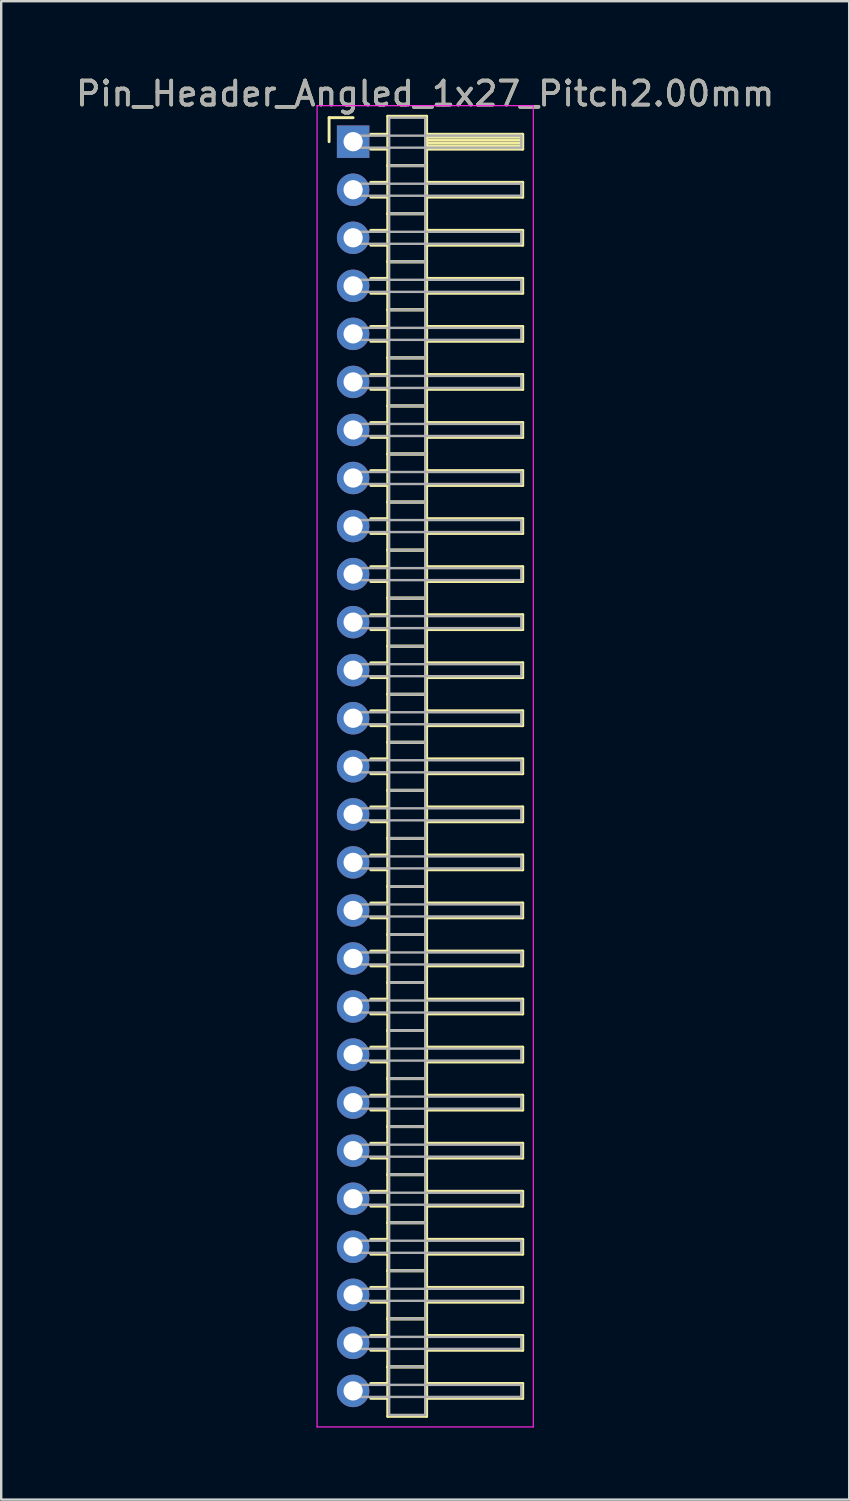
<source format=kicad_pcb>
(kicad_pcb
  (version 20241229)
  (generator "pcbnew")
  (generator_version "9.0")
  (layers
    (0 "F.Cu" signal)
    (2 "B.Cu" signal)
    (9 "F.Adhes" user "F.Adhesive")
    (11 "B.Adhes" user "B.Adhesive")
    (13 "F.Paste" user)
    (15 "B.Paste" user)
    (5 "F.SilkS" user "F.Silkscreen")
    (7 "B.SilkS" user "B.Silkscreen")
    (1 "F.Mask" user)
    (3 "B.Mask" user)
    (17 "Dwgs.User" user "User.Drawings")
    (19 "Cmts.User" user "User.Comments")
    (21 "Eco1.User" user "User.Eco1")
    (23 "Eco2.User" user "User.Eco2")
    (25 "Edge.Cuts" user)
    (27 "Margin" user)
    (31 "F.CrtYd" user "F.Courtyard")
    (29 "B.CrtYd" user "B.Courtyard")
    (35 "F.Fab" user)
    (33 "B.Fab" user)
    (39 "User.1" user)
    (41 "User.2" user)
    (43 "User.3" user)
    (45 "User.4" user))
  (footprint "Pin_Header_Angled_1x27_Pitch2.00mm"
    (layer "F.Cu")
    (at 11.649 2.848)
    (property "Reference" "Pin_Header_Angled_1x27_Pitch2.00mm" (at 3 -2 0) (layer "F.SilkS") (effects (font (size 1 1) (thickness 0.15))))
    (attr through_hole)
    (fp_line (start -1 -1) (end 0 -1) (stroke (width 0.12) (type solid)) (layer "F.SilkS"))
    (fp_line (start -1 0) (end -1 -1) (stroke (width 0.12) (type solid)) (layer "F.SilkS"))
    (fp_line (start 0.735 -0.31) (end 1.44 -0.31) (stroke (width 0.12) (type solid)) (layer "F.SilkS"))
    (fp_line (start 0.735 0.31) (end 1.44 0.31) (stroke (width 0.12) (type solid)) (layer "F.SilkS"))
    (fp_line (start 0.735 1.69) (end 1.44 1.69) (stroke (width 0.12) (type solid)) (layer "F.SilkS"))
    (fp_line (start 0.735 2.31) (end 1.44 2.31) (stroke (width 0.12) (type solid)) (layer "F.SilkS"))
    (fp_line (start 0.735 3.69) (end 1.44 3.69) (stroke (width 0.12) (type solid)) (layer "F.SilkS"))
    (fp_line (start 0.735 4.31) (end 1.44 4.31) (stroke (width 0.12) (type solid)) (layer "F.SilkS"))
    (fp_line (start 0.735 5.69) (end 1.44 5.69) (stroke (width 0.12) (type solid)) (layer "F.SilkS"))
    (fp_line (start 0.735 6.31) (end 1.44 6.31) (stroke (width 0.12) (type solid)) (layer "F.SilkS"))
    (fp_line (start 0.735 7.69) (end 1.44 7.69) (stroke (width 0.12) (type solid)) (layer "F.SilkS"))
    (fp_line (start 0.735 8.31) (end 1.44 8.31) (stroke (width 0.12) (type solid)) (layer "F.SilkS"))
    (fp_line (start 0.735 9.69) (end 1.44 9.69) (stroke (width 0.12) (type solid)) (layer "F.SilkS"))
    (fp_line (start 0.735 10.31) (end 1.44 10.31) (stroke (width 0.12) (type solid)) (layer "F.SilkS"))
    (fp_line (start 0.735 11.69) (end 1.44 11.69) (stroke (width 0.12) (type solid)) (layer "F.SilkS"))
    (fp_line (start 0.735 12.31) (end 1.44 12.31) (stroke (width 0.12) (type solid)) (layer "F.SilkS"))
    (fp_line (start 0.735 13.69) (end 1.44 13.69) (stroke (width 0.12) (type solid)) (layer "F.SilkS"))
    (fp_line (start 0.735 14.31) (end 1.44 14.31) (stroke (width 0.12) (type solid)) (layer "F.SilkS"))
    (fp_line (start 0.735 15.69) (end 1.44 15.69) (stroke (width 0.12) (type solid)) (layer "F.SilkS"))
    (fp_line (start 0.735 16.31) (end 1.44 16.31) (stroke (width 0.12) (type solid)) (layer "F.SilkS"))
    (fp_line (start 0.735 17.69) (end 1.44 17.69) (stroke (width 0.12) (type solid)) (layer "F.SilkS"))
    (fp_line (start 0.735 18.31) (end 1.44 18.31) (stroke (width 0.12) (type solid)) (layer "F.SilkS"))
    (fp_line (start 0.735 19.69) (end 1.44 19.69) (stroke (width 0.12) (type solid)) (layer "F.SilkS"))
    (fp_line (start 0.735 20.31) (end 1.44 20.31) (stroke (width 0.12) (type solid)) (layer "F.SilkS"))
    (fp_line (start 0.735 21.69) (end 1.44 21.69) (stroke (width 0.12) (type solid)) (layer "F.SilkS"))
    (fp_line (start 0.735 22.31) (end 1.44 22.31) (stroke (width 0.12) (type solid)) (layer "F.SilkS"))
    (fp_line (start 0.735 23.69) (end 1.44 23.69) (stroke (width 0.12) (type solid)) (layer "F.SilkS"))
    (fp_line (start 0.735 24.31) (end 1.44 24.31) (stroke (width 0.12) (type solid)) (layer "F.SilkS"))
    (fp_line (start 0.735 25.69) (end 1.44 25.69) (stroke (width 0.12) (type solid)) (layer "F.SilkS"))
    (fp_line (start 0.735 26.31) (end 1.44 26.31) (stroke (width 0.12) (type solid)) (layer "F.SilkS"))
    (fp_line (start 0.735 27.69) (end 1.44 27.69) (stroke (width 0.12) (type solid)) (layer "F.SilkS"))
    (fp_line (start 0.735 28.31) (end 1.44 28.31) (stroke (width 0.12) (type solid)) (layer "F.SilkS"))
    (fp_line (start 0.735 29.69) (end 1.44 29.69) (stroke (width 0.12) (type solid)) (layer "F.SilkS"))
    (fp_line (start 0.735 30.31) (end 1.44 30.31) (stroke (width 0.12) (type solid)) (layer "F.SilkS"))
    (fp_line (start 0.735 31.69) (end 1.44 31.69) (stroke (width 0.12) (type solid)) (layer "F.SilkS"))
    (fp_line (start 0.735 32.31) (end 1.44 32.31) (stroke (width 0.12) (type solid)) (layer "F.SilkS"))
    (fp_line (start 0.735 33.69) (end 1.44 33.69) (stroke (width 0.12) (type solid)) (layer "F.SilkS"))
    (fp_line (start 0.735 34.31) (end 1.44 34.31) (stroke (width 0.12) (type solid)) (layer "F.SilkS"))
    (fp_line (start 0.735 35.69) (end 1.44 35.69) (stroke (width 0.12) (type solid)) (layer "F.SilkS"))
    (fp_line (start 0.735 36.31) (end 1.44 36.31) (stroke (width 0.12) (type solid)) (layer "F.SilkS"))
    (fp_line (start 0.735 37.69) (end 1.44 37.69) (stroke (width 0.12) (type solid)) (layer "F.SilkS"))
    (fp_line (start 0.735 38.31) (end 1.44 38.31) (stroke (width 0.12) (type solid)) (layer "F.SilkS"))
    (fp_line (start 0.735 39.69) (end 1.44 39.69) (stroke (width 0.12) (type solid)) (layer "F.SilkS"))
    (fp_line (start 0.735 40.31) (end 1.44 40.31) (stroke (width 0.12) (type solid)) (layer "F.SilkS"))
    (fp_line (start 0.735 41.69) (end 1.44 41.69) (stroke (width 0.12) (type solid)) (layer "F.SilkS"))
    (fp_line (start 0.735 42.31) (end 1.44 42.31) (stroke (width 0.12) (type solid)) (layer "F.SilkS"))
    (fp_line (start 0.735 43.69) (end 1.44 43.69) (stroke (width 0.12) (type solid)) (layer "F.SilkS"))
    (fp_line (start 0.735 44.31) (end 1.44 44.31) (stroke (width 0.12) (type solid)) (layer "F.SilkS"))
    (fp_line (start 0.735 45.69) (end 1.44 45.69) (stroke (width 0.12) (type solid)) (layer "F.SilkS"))
    (fp_line (start 0.735 46.31) (end 1.44 46.31) (stroke (width 0.12) (type solid)) (layer "F.SilkS"))
    (fp_line (start 0.735 47.69) (end 1.44 47.69) (stroke (width 0.12) (type solid)) (layer "F.SilkS"))
    (fp_line (start 0.735 48.31) (end 1.44 48.31) (stroke (width 0.12) (type solid)) (layer "F.SilkS"))
    (fp_line (start 0.735 49.69) (end 1.44 49.69) (stroke (width 0.12) (type solid)) (layer "F.SilkS"))
    (fp_line (start 0.735 50.31) (end 1.44 50.31) (stroke (width 0.12) (type solid)) (layer "F.SilkS"))
    (fp_line (start 0.735 51.69) (end 1.44 51.69) (stroke (width 0.12) (type solid)) (layer "F.SilkS"))
    (fp_line (start 0.735 52.31) (end 1.44 52.31) (stroke (width 0.12) (type solid)) (layer "F.SilkS"))
    (fp_line (start 1.44 -1.06) (end 1.44 1) (stroke (width 0.12) (type solid)) (layer "F.SilkS"))
    (fp_line (start 1.44 1) (end 1.44 3) (stroke (width 0.12) (type solid)) (layer "F.SilkS"))
    (fp_line (start 1.44 1) (end 3.06 1) (stroke (width 0.12) (type solid)) (layer "F.SilkS"))
    (fp_line (start 1.44 3) (end 1.44 5) (stroke (width 0.12) (type solid)) (layer "F.SilkS"))
    (fp_line (start 1.44 3) (end 3.06 3) (stroke (width 0.12) (type solid)) (layer "F.SilkS"))
    (fp_line (start 1.44 5) (end 1.44 7) (stroke (width 0.12) (type solid)) (layer "F.SilkS"))
    (fp_line (start 1.44 5) (end 3.06 5) (stroke (width 0.12) (type solid)) (layer "F.SilkS"))
    (fp_line (start 1.44 7) (end 1.44 9) (stroke (width 0.12) (type solid)) (layer "F.SilkS"))
    (fp_line (start 1.44 7) (end 3.06 7) (stroke (width 0.12) (type solid)) (layer "F.SilkS"))
    (fp_line (start 1.44 9) (end 1.44 11) (stroke (width 0.12) (type solid)) (layer "F.SilkS"))
    (fp_line (start 1.44 9) (end 3.06 9) (stroke (width 0.12) (type solid)) (layer "F.SilkS"))
    (fp_line (start 1.44 11) (end 1.44 13) (stroke (width 0.12) (type solid)) (layer "F.SilkS"))
    (fp_line (start 1.44 11) (end 3.06 11) (stroke (width 0.12) (type solid)) (layer "F.SilkS"))
    (fp_line (start 1.44 13) (end 1.44 15) (stroke (width 0.12) (type solid)) (layer "F.SilkS"))
    (fp_line (start 1.44 13) (end 3.06 13) (stroke (width 0.12) (type solid)) (layer "F.SilkS"))
    (fp_line (start 1.44 15) (end 1.44 17) (stroke (width 0.12) (type solid)) (layer "F.SilkS"))
    (fp_line (start 1.44 15) (end 3.06 15) (stroke (width 0.12) (type solid)) (layer "F.SilkS"))
    (fp_line (start 1.44 17) (end 1.44 19) (stroke (width 0.12) (type solid)) (layer "F.SilkS"))
    (fp_line (start 1.44 17) (end 3.06 17) (stroke (width 0.12) (type solid)) (layer "F.SilkS"))
    (fp_line (start 1.44 19) (end 1.44 21) (stroke (width 0.12) (type solid)) (layer "F.SilkS"))
    (fp_line (start 1.44 19) (end 3.06 19) (stroke (width 0.12) (type solid)) (layer "F.SilkS"))
    (fp_line (start 1.44 21) (end 1.44 23) (stroke (width 0.12) (type solid)) (layer "F.SilkS"))
    (fp_line (start 1.44 21) (end 3.06 21) (stroke (width 0.12) (type solid)) (layer "F.SilkS"))
    (fp_line (start 1.44 23) (end 1.44 25) (stroke (width 0.12) (type solid)) (layer "F.SilkS"))
    (fp_line (start 1.44 23) (end 3.06 23) (stroke (width 0.12) (type solid)) (layer "F.SilkS"))
    (fp_line (start 1.44 25) (end 1.44 27) (stroke (width 0.12) (type solid)) (layer "F.SilkS"))
    (fp_line (start 1.44 25) (end 3.06 25) (stroke (width 0.12) (type solid)) (layer "F.SilkS"))
    (fp_line (start 1.44 27) (end 1.44 29) (stroke (width 0.12) (type solid)) (layer "F.SilkS"))
    (fp_line (start 1.44 27) (end 3.06 27) (stroke (width 0.12) (type solid)) (layer "F.SilkS"))
    (fp_line (start 1.44 29) (end 1.44 31) (stroke (width 0.12) (type solid)) (layer "F.SilkS"))
    (fp_line (start 1.44 29) (end 3.06 29) (stroke (width 0.12) (type solid)) (layer "F.SilkS"))
    (fp_line (start 1.44 31) (end 1.44 33) (stroke (width 0.12) (type solid)) (layer "F.SilkS"))
    (fp_line (start 1.44 31) (end 3.06 31) (stroke (width 0.12) (type solid)) (layer "F.SilkS"))
    (fp_line (start 1.44 33) (end 1.44 35) (stroke (width 0.12) (type solid)) (layer "F.SilkS"))
    (fp_line (start 1.44 33) (end 3.06 33) (stroke (width 0.12) (type solid)) (layer "F.SilkS"))
    (fp_line (start 1.44 35) (end 1.44 37) (stroke (width 0.12) (type solid)) (layer "F.SilkS"))
    (fp_line (start 1.44 35) (end 3.06 35) (stroke (width 0.12) (type solid)) (layer "F.SilkS"))
    (fp_line (start 1.44 37) (end 1.44 39) (stroke (width 0.12) (type solid)) (layer "F.SilkS"))
    (fp_line (start 1.44 37) (end 3.06 37) (stroke (width 0.12) (type solid)) (layer "F.SilkS"))
    (fp_line (start 1.44 39) (end 1.44 41) (stroke (width 0.12) (type solid)) (layer "F.SilkS"))
    (fp_line (start 1.44 39) (end 3.06 39) (stroke (width 0.12) (type solid)) (layer "F.SilkS"))
    (fp_line (start 1.44 41) (end 1.44 43) (stroke (width 0.12) (type solid)) (layer "F.SilkS"))
    (fp_line (start 1.44 41) (end 3.06 41) (stroke (width 0.12) (type solid)) (layer "F.SilkS"))
    (fp_line (start 1.44 43) (end 1.44 45) (stroke (width 0.12) (type solid)) (layer "F.SilkS"))
    (fp_line (start 1.44 43) (end 3.06 43) (stroke (width 0.12) (type solid)) (layer "F.SilkS"))
    (fp_line (start 1.44 45) (end 1.44 47) (stroke (width 0.12) (type solid)) (layer "F.SilkS"))
    (fp_line (start 1.44 45) (end 3.06 45) (stroke (width 0.12) (type solid)) (layer "F.SilkS"))
    (fp_line (start 1.44 47) (end 1.44 49) (stroke (width 0.12) (type solid)) (layer "F.SilkS"))
    (fp_line (start 1.44 47) (end 3.06 47) (stroke (width 0.12) (type solid)) (layer "F.SilkS"))
    (fp_line (start 1.44 49) (end 1.44 51) (stroke (width 0.12) (type solid)) (layer "F.SilkS"))
    (fp_line (start 1.44 49) (end 3.06 49) (stroke (width 0.12) (type solid)) (layer "F.SilkS"))
    (fp_line (start 1.44 51) (end 1.44 53.06) (stroke (width 0.12) (type solid)) (layer "F.SilkS"))
    (fp_line (start 1.44 51) (end 3.06 51) (stroke (width 0.12) (type solid)) (layer "F.SilkS"))
    (fp_line (start 1.44 53.06) (end 3.06 53.06) (stroke (width 0.12) (type solid)) (layer "F.SilkS"))
    (fp_line (start 3.06 -1.06) (end 1.44 -1.06) (stroke (width 0.12) (type solid)) (layer "F.SilkS"))
    (fp_line (start 3.06 -0.31) (end 3.06 0.31) (stroke (width 0.12) (type solid)) (layer "F.SilkS"))
    (fp_line (start 3.06 -0.19) (end 7.06 -0.19) (stroke (width 0.12) (type solid)) (layer "F.SilkS"))
    (fp_line (start 3.06 -0.07) (end 7.06 -0.07) (stroke (width 0.12) (type solid)) (layer "F.SilkS"))
    (fp_line (start 3.06 0.05) (end 7.06 0.05) (stroke (width 0.12) (type solid)) (layer "F.SilkS"))
    (fp_line (start 3.06 0.17) (end 7.06 0.17) (stroke (width 0.12) (type solid)) (layer "F.SilkS"))
    (fp_line (start 3.06 0.29) (end 7.06 0.29) (stroke (width 0.12) (type solid)) (layer "F.SilkS"))
    (fp_line (start 3.06 0.31) (end 7.06 0.31) (stroke (width 0.12) (type solid)) (layer "F.SilkS"))
    (fp_line (start 3.06 1) (end 1.44 1) (stroke (width 0.12) (type solid)) (layer "F.SilkS"))
    (fp_line (start 3.06 1) (end 3.06 -1.06) (stroke (width 0.12) (type solid)) (layer "F.SilkS"))
    (fp_line (start 3.06 1.69) (end 3.06 2.31) (stroke (width 0.12) (type solid)) (layer "F.SilkS"))
    (fp_line (start 3.06 2.31) (end 7.06 2.31) (stroke (width 0.12) (type solid)) (layer "F.SilkS"))
    (fp_line (start 3.06 3) (end 1.44 3) (stroke (width 0.12) (type solid)) (layer "F.SilkS"))
    (fp_line (start 3.06 3) (end 3.06 1) (stroke (width 0.12) (type solid)) (layer "F.SilkS"))
    (fp_line (start 3.06 3.69) (end 3.06 4.31) (stroke (width 0.12) (type solid)) (layer "F.SilkS"))
    (fp_line (start 3.06 4.31) (end 7.06 4.31) (stroke (width 0.12) (type solid)) (layer "F.SilkS"))
    (fp_line (start 3.06 5) (end 1.44 5) (stroke (width 0.12) (type solid)) (layer "F.SilkS"))
    (fp_line (start 3.06 5) (end 3.06 3) (stroke (width 0.12) (type solid)) (layer "F.SilkS"))
    (fp_line (start 3.06 5.69) (end 3.06 6.31) (stroke (width 0.12) (type solid)) (layer "F.SilkS"))
    (fp_line (start 3.06 6.31) (end 7.06 6.31) (stroke (width 0.12) (type solid)) (layer "F.SilkS"))
    (fp_line (start 3.06 7) (end 1.44 7) (stroke (width 0.12) (type solid)) (layer "F.SilkS"))
    (fp_line (start 3.06 7) (end 3.06 5) (stroke (width 0.12) (type solid)) (layer "F.SilkS"))
    (fp_line (start 3.06 7.69) (end 3.06 8.31) (stroke (width 0.12) (type solid)) (layer "F.SilkS"))
    (fp_line (start 3.06 8.31) (end 7.06 8.31) (stroke (width 0.12) (type solid)) (layer "F.SilkS"))
    (fp_line (start 3.06 9) (end 1.44 9) (stroke (width 0.12) (type solid)) (layer "F.SilkS"))
    (fp_line (start 3.06 9) (end 3.06 7) (stroke (width 0.12) (type solid)) (layer "F.SilkS"))
    (fp_line (start 3.06 9.69) (end 3.06 10.31) (stroke (width 0.12) (type solid)) (layer "F.SilkS"))
    (fp_line (start 3.06 10.31) (end 7.06 10.31) (stroke (width 0.12) (type solid)) (layer "F.SilkS"))
    (fp_line (start 3.06 11) (end 1.44 11) (stroke (width 0.12) (type solid)) (layer "F.SilkS"))
    (fp_line (start 3.06 11) (end 3.06 9) (stroke (width 0.12) (type solid)) (layer "F.SilkS"))
    (fp_line (start 3.06 11.69) (end 3.06 12.31) (stroke (width 0.12) (type solid)) (layer "F.SilkS"))
    (fp_line (start 3.06 12.31) (end 7.06 12.31) (stroke (width 0.12) (type solid)) (layer "F.SilkS"))
    (fp_line (start 3.06 13) (end 1.44 13) (stroke (width 0.12) (type solid)) (layer "F.SilkS"))
    (fp_line (start 3.06 13) (end 3.06 11) (stroke (width 0.12) (type solid)) (layer "F.SilkS"))
    (fp_line (start 3.06 13.69) (end 3.06 14.31) (stroke (width 0.12) (type solid)) (layer "F.SilkS"))
    (fp_line (start 3.06 14.31) (end 7.06 14.31) (stroke (width 0.12) (type solid)) (layer "F.SilkS"))
    (fp_line (start 3.06 15) (end 1.44 15) (stroke (width 0.12) (type solid)) (layer "F.SilkS"))
    (fp_line (start 3.06 15) (end 3.06 13) (stroke (width 0.12) (type solid)) (layer "F.SilkS"))
    (fp_line (start 3.06 15.69) (end 3.06 16.31) (stroke (width 0.12) (type solid)) (layer "F.SilkS"))
    (fp_line (start 3.06 16.31) (end 7.06 16.31) (stroke (width 0.12) (type solid)) (layer "F.SilkS"))
    (fp_line (start 3.06 17) (end 1.44 17) (stroke (width 0.12) (type solid)) (layer "F.SilkS"))
    (fp_line (start 3.06 17) (end 3.06 15) (stroke (width 0.12) (type solid)) (layer "F.SilkS"))
    (fp_line (start 3.06 17.69) (end 3.06 18.31) (stroke (width 0.12) (type solid)) (layer "F.SilkS"))
    (fp_line (start 3.06 18.31) (end 7.06 18.31) (stroke (width 0.12) (type solid)) (layer "F.SilkS"))
    (fp_line (start 3.06 19) (end 1.44 19) (stroke (width 0.12) (type solid)) (layer "F.SilkS"))
    (fp_line (start 3.06 19) (end 3.06 17) (stroke (width 0.12) (type solid)) (layer "F.SilkS"))
    (fp_line (start 3.06 19.69) (end 3.06 20.31) (stroke (width 0.12) (type solid)) (layer "F.SilkS"))
    (fp_line (start 3.06 20.31) (end 7.06 20.31) (stroke (width 0.12) (type solid)) (layer "F.SilkS"))
    (fp_line (start 3.06 21) (end 1.44 21) (stroke (width 0.12) (type solid)) (layer "F.SilkS"))
    (fp_line (start 3.06 21) (end 3.06 19) (stroke (width 0.12) (type solid)) (layer "F.SilkS"))
    (fp_line (start 3.06 21.69) (end 3.06 22.31) (stroke (width 0.12) (type solid)) (layer "F.SilkS"))
    (fp_line (start 3.06 22.31) (end 7.06 22.31) (stroke (width 0.12) (type solid)) (layer "F.SilkS"))
    (fp_line (start 3.06 23) (end 1.44 23) (stroke (width 0.12) (type solid)) (layer "F.SilkS"))
    (fp_line (start 3.06 23) (end 3.06 21) (stroke (width 0.12) (type solid)) (layer "F.SilkS"))
    (fp_line (start 3.06 23.69) (end 3.06 24.31) (stroke (width 0.12) (type solid)) (layer "F.SilkS"))
    (fp_line (start 3.06 24.31) (end 7.06 24.31) (stroke (width 0.12) (type solid)) (layer "F.SilkS"))
    (fp_line (start 3.06 25) (end 1.44 25) (stroke (width 0.12) (type solid)) (layer "F.SilkS"))
    (fp_line (start 3.06 25) (end 3.06 23) (stroke (width 0.12) (type solid)) (layer "F.SilkS"))
    (fp_line (start 3.06 25.69) (end 3.06 26.31) (stroke (width 0.12) (type solid)) (layer "F.SilkS"))
    (fp_line (start 3.06 26.31) (end 7.06 26.31) (stroke (width 0.12) (type solid)) (layer "F.SilkS"))
    (fp_line (start 3.06 27) (end 1.44 27) (stroke (width 0.12) (type solid)) (layer "F.SilkS"))
    (fp_line (start 3.06 27) (end 3.06 25) (stroke (width 0.12) (type solid)) (layer "F.SilkS"))
    (fp_line (start 3.06 27.69) (end 3.06 28.31) (stroke (width 0.12) (type solid)) (layer "F.SilkS"))
    (fp_line (start 3.06 28.31) (end 7.06 28.31) (stroke (width 0.12) (type solid)) (layer "F.SilkS"))
    (fp_line (start 3.06 29) (end 1.44 29) (stroke (width 0.12) (type solid)) (layer "F.SilkS"))
    (fp_line (start 3.06 29) (end 3.06 27) (stroke (width 0.12) (type solid)) (layer "F.SilkS"))
    (fp_line (start 3.06 29.69) (end 3.06 30.31) (stroke (width 0.12) (type solid)) (layer "F.SilkS"))
    (fp_line (start 3.06 30.31) (end 7.06 30.31) (stroke (width 0.12) (type solid)) (layer "F.SilkS"))
    (fp_line (start 3.06 31) (end 1.44 31) (stroke (width 0.12) (type solid)) (layer "F.SilkS"))
    (fp_line (start 3.06 31) (end 3.06 29) (stroke (width 0.12) (type solid)) (layer "F.SilkS"))
    (fp_line (start 3.06 31.69) (end 3.06 32.31) (stroke (width 0.12) (type solid)) (layer "F.SilkS"))
    (fp_line (start 3.06 32.31) (end 7.06 32.31) (stroke (width 0.12) (type solid)) (layer "F.SilkS"))
    (fp_line (start 3.06 33) (end 1.44 33) (stroke (width 0.12) (type solid)) (layer "F.SilkS"))
    (fp_line (start 3.06 33) (end 3.06 31) (stroke (width 0.12) (type solid)) (layer "F.SilkS"))
    (fp_line (start 3.06 33.69) (end 3.06 34.31) (stroke (width 0.12) (type solid)) (layer "F.SilkS"))
    (fp_line (start 3.06 34.31) (end 7.06 34.31) (stroke (width 0.12) (type solid)) (layer "F.SilkS"))
    (fp_line (start 3.06 35) (end 1.44 35) (stroke (width 0.12) (type solid)) (layer "F.SilkS"))
    (fp_line (start 3.06 35) (end 3.06 33) (stroke (width 0.12) (type solid)) (layer "F.SilkS"))
    (fp_line (start 3.06 35.69) (end 3.06 36.31) (stroke (width 0.12) (type solid)) (layer "F.SilkS"))
    (fp_line (start 3.06 36.31) (end 7.06 36.31) (stroke (width 0.12) (type solid)) (layer "F.SilkS"))
    (fp_line (start 3.06 37) (end 1.44 37) (stroke (width 0.12) (type solid)) (layer "F.SilkS"))
    (fp_line (start 3.06 37) (end 3.06 35) (stroke (width 0.12) (type solid)) (layer "F.SilkS"))
    (fp_line (start 3.06 37.69) (end 3.06 38.31) (stroke (width 0.12) (type solid)) (layer "F.SilkS"))
    (fp_line (start 3.06 38.31) (end 7.06 38.31) (stroke (width 0.12) (type solid)) (layer "F.SilkS"))
    (fp_line (start 3.06 39) (end 1.44 39) (stroke (width 0.12) (type solid)) (layer "F.SilkS"))
    (fp_line (start 3.06 39) (end 3.06 37) (stroke (width 0.12) (type solid)) (layer "F.SilkS"))
    (fp_line (start 3.06 39.69) (end 3.06 40.31) (stroke (width 0.12) (type solid)) (layer "F.SilkS"))
    (fp_line (start 3.06 40.31) (end 7.06 40.31) (stroke (width 0.12) (type solid)) (layer "F.SilkS"))
    (fp_line (start 3.06 41) (end 1.44 41) (stroke (width 0.12) (type solid)) (layer "F.SilkS"))
    (fp_line (start 3.06 41) (end 3.06 39) (stroke (width 0.12) (type solid)) (layer "F.SilkS"))
    (fp_line (start 3.06 41.69) (end 3.06 42.31) (stroke (width 0.12) (type solid)) (layer "F.SilkS"))
    (fp_line (start 3.06 42.31) (end 7.06 42.31) (stroke (width 0.12) (type solid)) (layer "F.SilkS"))
    (fp_line (start 3.06 43) (end 1.44 43) (stroke (width 0.12) (type solid)) (layer "F.SilkS"))
    (fp_line (start 3.06 43) (end 3.06 41) (stroke (width 0.12) (type solid)) (layer "F.SilkS"))
    (fp_line (start 3.06 43.69) (end 3.06 44.31) (stroke (width 0.12) (type solid)) (layer "F.SilkS"))
    (fp_line (start 3.06 44.31) (end 7.06 44.31) (stroke (width 0.12) (type solid)) (layer "F.SilkS"))
    (fp_line (start 3.06 45) (end 1.44 45) (stroke (width 0.12) (type solid)) (layer "F.SilkS"))
    (fp_line (start 3.06 45) (end 3.06 43) (stroke (width 0.12) (type solid)) (layer "F.SilkS"))
    (fp_line (start 3.06 45.69) (end 3.06 46.31) (stroke (width 0.12) (type solid)) (layer "F.SilkS"))
    (fp_line (start 3.06 46.31) (end 7.06 46.31) (stroke (width 0.12) (type solid)) (layer "F.SilkS"))
    (fp_line (start 3.06 47) (end 1.44 47) (stroke (width 0.12) (type solid)) (layer "F.SilkS"))
    (fp_line (start 3.06 47) (end 3.06 45) (stroke (width 0.12) (type solid)) (layer "F.SilkS"))
    (fp_line (start 3.06 47.69) (end 3.06 48.31) (stroke (width 0.12) (type solid)) (layer "F.SilkS"))
    (fp_line (start 3.06 48.31) (end 7.06 48.31) (stroke (width 0.12) (type solid)) (layer "F.SilkS"))
    (fp_line (start 3.06 49) (end 1.44 49) (stroke (width 0.12) (type solid)) (layer "F.SilkS"))
    (fp_line (start 3.06 49) (end 3.06 47) (stroke (width 0.12) (type solid)) (layer "F.SilkS"))
    (fp_line (start 3.06 49.69) (end 3.06 50.31) (stroke (width 0.12) (type solid)) (layer "F.SilkS"))
    (fp_line (start 3.06 50.31) (end 7.06 50.31) (stroke (width 0.12) (type solid)) (layer "F.SilkS"))
    (fp_line (start 3.06 51) (end 1.44 51) (stroke (width 0.12) (type solid)) (layer "F.SilkS"))
    (fp_line (start 3.06 51) (end 3.06 49) (stroke (width 0.12) (type solid)) (layer "F.SilkS"))
    (fp_line (start 3.06 51.69) (end 3.06 52.31) (stroke (width 0.12) (type solid)) (layer "F.SilkS"))
    (fp_line (start 3.06 52.31) (end 7.06 52.31) (stroke (width 0.12) (type solid)) (layer "F.SilkS"))
    (fp_line (start 3.06 53.06) (end 3.06 51) (stroke (width 0.12) (type solid)) (layer "F.SilkS"))
    (fp_line (start 7.06 -0.31) (end 3.06 -0.31) (stroke (width 0.12) (type solid)) (layer "F.SilkS"))
    (fp_line (start 7.06 0.31) (end 7.06 -0.31) (stroke (width 0.12) (type solid)) (layer "F.SilkS"))
    (fp_line (start 7.06 1.69) (end 3.06 1.69) (stroke (width 0.12) (type solid)) (layer "F.SilkS"))
    (fp_line (start 7.06 2.31) (end 7.06 1.69) (stroke (width 0.12) (type solid)) (layer "F.SilkS"))
    (fp_line (start 7.06 3.69) (end 3.06 3.69) (stroke (width 0.12) (type solid)) (layer "F.SilkS"))
    (fp_line (start 7.06 4.31) (end 7.06 3.69) (stroke (width 0.12) (type solid)) (layer "F.SilkS"))
    (fp_line (start 7.06 5.69) (end 3.06 5.69) (stroke (width 0.12) (type solid)) (layer "F.SilkS"))
    (fp_line (start 7.06 6.31) (end 7.06 5.69) (stroke (width 0.12) (type solid)) (layer "F.SilkS"))
    (fp_line (start 7.06 7.69) (end 3.06 7.69) (stroke (width 0.12) (type solid)) (layer "F.SilkS"))
    (fp_line (start 7.06 8.31) (end 7.06 7.69) (stroke (width 0.12) (type solid)) (layer "F.SilkS"))
    (fp_line (start 7.06 9.69) (end 3.06 9.69) (stroke (width 0.12) (type solid)) (layer "F.SilkS"))
    (fp_line (start 7.06 10.31) (end 7.06 9.69) (stroke (width 0.12) (type solid)) (layer "F.SilkS"))
    (fp_line (start 7.06 11.69) (end 3.06 11.69) (stroke (width 0.12) (type solid)) (layer "F.SilkS"))
    (fp_line (start 7.06 12.31) (end 7.06 11.69) (stroke (width 0.12) (type solid)) (layer "F.SilkS"))
    (fp_line (start 7.06 13.69) (end 3.06 13.69) (stroke (width 0.12) (type solid)) (layer "F.SilkS"))
    (fp_line (start 7.06 14.31) (end 7.06 13.69) (stroke (width 0.12) (type solid)) (layer "F.SilkS"))
    (fp_line (start 7.06 15.69) (end 3.06 15.69) (stroke (width 0.12) (type solid)) (layer "F.SilkS"))
    (fp_line (start 7.06 16.31) (end 7.06 15.69) (stroke (width 0.12) (type solid)) (layer "F.SilkS"))
    (fp_line (start 7.06 17.69) (end 3.06 17.69) (stroke (width 0.12) (type solid)) (layer "F.SilkS"))
    (fp_line (start 7.06 18.31) (end 7.06 17.69) (stroke (width 0.12) (type solid)) (layer "F.SilkS"))
    (fp_line (start 7.06 19.69) (end 3.06 19.69) (stroke (width 0.12) (type solid)) (layer "F.SilkS"))
    (fp_line (start 7.06 20.31) (end 7.06 19.69) (stroke (width 0.12) (type solid)) (layer "F.SilkS"))
    (fp_line (start 7.06 21.69) (end 3.06 21.69) (stroke (width 0.12) (type solid)) (layer "F.SilkS"))
    (fp_line (start 7.06 22.31) (end 7.06 21.69) (stroke (width 0.12) (type solid)) (layer "F.SilkS"))
    (fp_line (start 7.06 23.69) (end 3.06 23.69) (stroke (width 0.12) (type solid)) (layer "F.SilkS"))
    (fp_line (start 7.06 24.31) (end 7.06 23.69) (stroke (width 0.12) (type solid)) (layer "F.SilkS"))
    (fp_line (start 7.06 25.69) (end 3.06 25.69) (stroke (width 0.12) (type solid)) (layer "F.SilkS"))
    (fp_line (start 7.06 26.31) (end 7.06 25.69) (stroke (width 0.12) (type solid)) (layer "F.SilkS"))
    (fp_line (start 7.06 27.69) (end 3.06 27.69) (stroke (width 0.12) (type solid)) (layer "F.SilkS"))
    (fp_line (start 7.06 28.31) (end 7.06 27.69) (stroke (width 0.12) (type solid)) (layer "F.SilkS"))
    (fp_line (start 7.06 29.69) (end 3.06 29.69) (stroke (width 0.12) (type solid)) (layer "F.SilkS"))
    (fp_line (start 7.06 30.31) (end 7.06 29.69) (stroke (width 0.12) (type solid)) (layer "F.SilkS"))
    (fp_line (start 7.06 31.69) (end 3.06 31.69) (stroke (width 0.12) (type solid)) (layer "F.SilkS"))
    (fp_line (start 7.06 32.31) (end 7.06 31.69) (stroke (width 0.12) (type solid)) (layer "F.SilkS"))
    (fp_line (start 7.06 33.69) (end 3.06 33.69) (stroke (width 0.12) (type solid)) (layer "F.SilkS"))
    (fp_line (start 7.06 34.31) (end 7.06 33.69) (stroke (width 0.12) (type solid)) (layer "F.SilkS"))
    (fp_line (start 7.06 35.69) (end 3.06 35.69) (stroke (width 0.12) (type solid)) (layer "F.SilkS"))
    (fp_line (start 7.06 36.31) (end 7.06 35.69) (stroke (width 0.12) (type solid)) (layer "F.SilkS"))
    (fp_line (start 7.06 37.69) (end 3.06 37.69) (stroke (width 0.12) (type solid)) (layer "F.SilkS"))
    (fp_line (start 7.06 38.31) (end 7.06 37.69) (stroke (width 0.12) (type solid)) (layer "F.SilkS"))
    (fp_line (start 7.06 39.69) (end 3.06 39.69) (stroke (width 0.12) (type solid)) (layer "F.SilkS"))
    (fp_line (start 7.06 40.31) (end 7.06 39.69) (stroke (width 0.12) (type solid)) (layer "F.SilkS"))
    (fp_line (start 7.06 41.69) (end 3.06 41.69) (stroke (width 0.12) (type solid)) (layer "F.SilkS"))
    (fp_line (start 7.06 42.31) (end 7.06 41.69) (stroke (width 0.12) (type solid)) (layer "F.SilkS"))
    (fp_line (start 7.06 43.69) (end 3.06 43.69) (stroke (width 0.12) (type solid)) (layer "F.SilkS"))
    (fp_line (start 7.06 44.31) (end 7.06 43.69) (stroke (width 0.12) (type solid)) (layer "F.SilkS"))
    (fp_line (start 7.06 45.69) (end 3.06 45.69) (stroke (width 0.12) (type solid)) (layer "F.SilkS"))
    (fp_line (start 7.06 46.31) (end 7.06 45.69) (stroke (width 0.12) (type solid)) (layer "F.SilkS"))
    (fp_line (start 7.06 47.69) (end 3.06 47.69) (stroke (width 0.12) (type solid)) (layer "F.SilkS"))
    (fp_line (start 7.06 48.31) (end 7.06 47.69) (stroke (width 0.12) (type solid)) (layer "F.SilkS"))
    (fp_line (start 7.06 49.69) (end 3.06 49.69) (stroke (width 0.12) (type solid)) (layer "F.SilkS"))
    (fp_line (start 7.06 50.31) (end 7.06 49.69) (stroke (width 0.12) (type solid)) (layer "F.SilkS"))
    (fp_line (start 7.06 51.69) (end 3.06 51.69) (stroke (width 0.12) (type solid)) (layer "F.SilkS"))
    (fp_line (start 7.06 52.31) (end 7.06 51.69) (stroke (width 0.12) (type solid)) (layer "F.SilkS"))
    (fp_line (start -1.5 -1.5) (end -1.5 53.5) (stroke (width 0.05) (type solid)) (layer "F.CrtYd"))
    (fp_line (start -1.5 53.5) (end 7.5 53.5) (stroke (width 0.05) (type solid)) (layer "F.CrtYd"))
    (fp_line (start 7.5 -1.5) (end -1.5 -1.5) (stroke (width 0.05) (type solid)) (layer "F.CrtYd"))
    (fp_line (start 7.5 53.5) (end 7.5 -1.5) (stroke (width 0.05) (type solid)) (layer "F.CrtYd"))
    (fp_line (start 0 -0.25) (end 0 0.25) (stroke (width 0.1) (type solid)) (layer "F.Fab"))
    (fp_line (start 0 0.25) (end 7 0.25) (stroke (width 0.1) (type solid)) (layer "F.Fab"))
    (fp_line (start 0 1.75) (end 0 2.25) (stroke (width 0.1) (type solid)) (layer "F.Fab"))
    (fp_line (start 0 2.25) (end 7 2.25) (stroke (width 0.1) (type solid)) (layer "F.Fab"))
    (fp_line (start 0 3.75) (end 0 4.25) (stroke (width 0.1) (type solid)) (layer "F.Fab"))
    (fp_line (start 0 4.25) (end 7 4.25) (stroke (width 0.1) (type solid)) (layer "F.Fab"))
    (fp_line (start 0 5.75) (end 0 6.25) (stroke (width 0.1) (type solid)) (layer "F.Fab"))
    (fp_line (start 0 6.25) (end 7 6.25) (stroke (width 0.1) (type solid)) (layer "F.Fab"))
    (fp_line (start 0 7.75) (end 0 8.25) (stroke (width 0.1) (type solid)) (layer "F.Fab"))
    (fp_line (start 0 8.25) (end 7 8.25) (stroke (width 0.1) (type solid)) (layer "F.Fab"))
    (fp_line (start 0 9.75) (end 0 10.25) (stroke (width 0.1) (type solid)) (layer "F.Fab"))
    (fp_line (start 0 10.25) (end 7 10.25) (stroke (width 0.1) (type solid)) (layer "F.Fab"))
    (fp_line (start 0 11.75) (end 0 12.25) (stroke (width 0.1) (type solid)) (layer "F.Fab"))
    (fp_line (start 0 12.25) (end 7 12.25) (stroke (width 0.1) (type solid)) (layer "F.Fab"))
    (fp_line (start 0 13.75) (end 0 14.25) (stroke (width 0.1) (type solid)) (layer "F.Fab"))
    (fp_line (start 0 14.25) (end 7 14.25) (stroke (width 0.1) (type solid)) (layer "F.Fab"))
    (fp_line (start 0 15.75) (end 0 16.25) (stroke (width 0.1) (type solid)) (layer "F.Fab"))
    (fp_line (start 0 16.25) (end 7 16.25) (stroke (width 0.1) (type solid)) (layer "F.Fab"))
    (fp_line (start 0 17.75) (end 0 18.25) (stroke (width 0.1) (type solid)) (layer "F.Fab"))
    (fp_line (start 0 18.25) (end 7 18.25) (stroke (width 0.1) (type solid)) (layer "F.Fab"))
    (fp_line (start 0 19.75) (end 0 20.25) (stroke (width 0.1) (type solid)) (layer "F.Fab"))
    (fp_line (start 0 20.25) (end 7 20.25) (stroke (width 0.1) (type solid)) (layer "F.Fab"))
    (fp_line (start 0 21.75) (end 0 22.25) (stroke (width 0.1) (type solid)) (layer "F.Fab"))
    (fp_line (start 0 22.25) (end 7 22.25) (stroke (width 0.1) (type solid)) (layer "F.Fab"))
    (fp_line (start 0 23.75) (end 0 24.25) (stroke (width 0.1) (type solid)) (layer "F.Fab"))
    (fp_line (start 0 24.25) (end 7 24.25) (stroke (width 0.1) (type solid)) (layer "F.Fab"))
    (fp_line (start 0 25.75) (end 0 26.25) (stroke (width 0.1) (type solid)) (layer "F.Fab"))
    (fp_line (start 0 26.25) (end 7 26.25) (stroke (width 0.1) (type solid)) (layer "F.Fab"))
    (fp_line (start 0 27.75) (end 0 28.25) (stroke (width 0.1) (type solid)) (layer "F.Fab"))
    (fp_line (start 0 28.25) (end 7 28.25) (stroke (width 0.1) (type solid)) (layer "F.Fab"))
    (fp_line (start 0 29.75) (end 0 30.25) (stroke (width 0.1) (type solid)) (layer "F.Fab"))
    (fp_line (start 0 30.25) (end 7 30.25) (stroke (width 0.1) (type solid)) (layer "F.Fab"))
    (fp_line (start 0 31.75) (end 0 32.25) (stroke (width 0.1) (type solid)) (layer "F.Fab"))
    (fp_line (start 0 32.25) (end 7 32.25) (stroke (width 0.1) (type solid)) (layer "F.Fab"))
    (fp_line (start 0 33.75) (end 0 34.25) (stroke (width 0.1) (type solid)) (layer "F.Fab"))
    (fp_line (start 0 34.25) (end 7 34.25) (stroke (width 0.1) (type solid)) (layer "F.Fab"))
    (fp_line (start 0 35.75) (end 0 36.25) (stroke (width 0.1) (type solid)) (layer "F.Fab"))
    (fp_line (start 0 36.25) (end 7 36.25) (stroke (width 0.1) (type solid)) (layer "F.Fab"))
    (fp_line (start 0 37.75) (end 0 38.25) (stroke (width 0.1) (type solid)) (layer "F.Fab"))
    (fp_line (start 0 38.25) (end 7 38.25) (stroke (width 0.1) (type solid)) (layer "F.Fab"))
    (fp_line (start 0 39.75) (end 0 40.25) (stroke (width 0.1) (type solid)) (layer "F.Fab"))
    (fp_line (start 0 40.25) (end 7 40.25) (stroke (width 0.1) (type solid)) (layer "F.Fab"))
    (fp_line (start 0 41.75) (end 0 42.25) (stroke (width 0.1) (type solid)) (layer "F.Fab"))
    (fp_line (start 0 42.25) (end 7 42.25) (stroke (width 0.1) (type solid)) (layer "F.Fab"))
    (fp_line (start 0 43.75) (end 0 44.25) (stroke (width 0.1) (type solid)) (layer "F.Fab"))
    (fp_line (start 0 44.25) (end 7 44.25) (stroke (width 0.1) (type solid)) (layer "F.Fab"))
    (fp_line (start 0 45.75) (end 0 46.25) (stroke (width 0.1) (type solid)) (layer "F.Fab"))
    (fp_line (start 0 46.25) (end 7 46.25) (stroke (width 0.1) (type solid)) (layer "F.Fab"))
    (fp_line (start 0 47.75) (end 0 48.25) (stroke (width 0.1) (type solid)) (layer "F.Fab"))
    (fp_line (start 0 48.25) (end 7 48.25) (stroke (width 0.1) (type solid)) (layer "F.Fab"))
    (fp_line (start 0 49.75) (end 0 50.25) (stroke (width 0.1) (type solid)) (layer "F.Fab"))
    (fp_line (start 0 50.25) (end 7 50.25) (stroke (width 0.1) (type solid)) (layer "F.Fab"))
    (fp_line (start 0 51.75) (end 0 52.25) (stroke (width 0.1) (type solid)) (layer "F.Fab"))
    (fp_line (start 0 52.25) (end 7 52.25) (stroke (width 0.1) (type solid)) (layer "F.Fab"))
    (fp_line (start 1.5 -1) (end 1.5 1) (stroke (width 0.1) (type solid)) (layer "F.Fab"))
    (fp_line (start 1.5 1) (end 1.5 3) (stroke (width 0.1) (type solid)) (layer "F.Fab"))
    (fp_line (start 1.5 1) (end 3 1) (stroke (width 0.1) (type solid)) (layer "F.Fab"))
    (fp_line (start 1.5 3) (end 1.5 5) (stroke (width 0.1) (type solid)) (layer "F.Fab"))
    (fp_line (start 1.5 3) (end 3 3) (stroke (width 0.1) (type solid)) (layer "F.Fab"))
    (fp_line (start 1.5 5) (end 1.5 7) (stroke (width 0.1) (type solid)) (layer "F.Fab"))
    (fp_line (start 1.5 5) (end 3 5) (stroke (width 0.1) (type solid)) (layer "F.Fab"))
    (fp_line (start 1.5 7) (end 1.5 9) (stroke (width 0.1) (type solid)) (layer "F.Fab"))
    (fp_line (start 1.5 7) (end 3 7) (stroke (width 0.1) (type solid)) (layer "F.Fab"))
    (fp_line (start 1.5 9) (end 1.5 11) (stroke (width 0.1) (type solid)) (layer "F.Fab"))
    (fp_line (start 1.5 9) (end 3 9) (stroke (width 0.1) (type solid)) (layer "F.Fab"))
    (fp_line (start 1.5 11) (end 1.5 13) (stroke (width 0.1) (type solid)) (layer "F.Fab"))
    (fp_line (start 1.5 11) (end 3 11) (stroke (width 0.1) (type solid)) (layer "F.Fab"))
    (fp_line (start 1.5 13) (end 1.5 15) (stroke (width 0.1) (type solid)) (layer "F.Fab"))
    (fp_line (start 1.5 13) (end 3 13) (stroke (width 0.1) (type solid)) (layer "F.Fab"))
    (fp_line (start 1.5 15) (end 1.5 17) (stroke (width 0.1) (type solid)) (layer "F.Fab"))
    (fp_line (start 1.5 15) (end 3 15) (stroke (width 0.1) (type solid)) (layer "F.Fab"))
    (fp_line (start 1.5 17) (end 1.5 19) (stroke (width 0.1) (type solid)) (layer "F.Fab"))
    (fp_line (start 1.5 17) (end 3 17) (stroke (width 0.1) (type solid)) (layer "F.Fab"))
    (fp_line (start 1.5 19) (end 1.5 21) (stroke (width 0.1) (type solid)) (layer "F.Fab"))
    (fp_line (start 1.5 19) (end 3 19) (stroke (width 0.1) (type solid)) (layer "F.Fab"))
    (fp_line (start 1.5 21) (end 1.5 23) (stroke (width 0.1) (type solid)) (layer "F.Fab"))
    (fp_line (start 1.5 21) (end 3 21) (stroke (width 0.1) (type solid)) (layer "F.Fab"))
    (fp_line (start 1.5 23) (end 1.5 25) (stroke (width 0.1) (type solid)) (layer "F.Fab"))
    (fp_line (start 1.5 23) (end 3 23) (stroke (width 0.1) (type solid)) (layer "F.Fab"))
    (fp_line (start 1.5 25) (end 1.5 27) (stroke (width 0.1) (type solid)) (layer "F.Fab"))
    (fp_line (start 1.5 25) (end 3 25) (stroke (width 0.1) (type solid)) (layer "F.Fab"))
    (fp_line (start 1.5 27) (end 1.5 29) (stroke (width 0.1) (type solid)) (layer "F.Fab"))
    (fp_line (start 1.5 27) (end 3 27) (stroke (width 0.1) (type solid)) (layer "F.Fab"))
    (fp_line (start 1.5 29) (end 1.5 31) (stroke (width 0.1) (type solid)) (layer "F.Fab"))
    (fp_line (start 1.5 29) (end 3 29) (stroke (width 0.1) (type solid)) (layer "F.Fab"))
    (fp_line (start 1.5 31) (end 1.5 33) (stroke (width 0.1) (type solid)) (layer "F.Fab"))
    (fp_line (start 1.5 31) (end 3 31) (stroke (width 0.1) (type solid)) (layer "F.Fab"))
    (fp_line (start 1.5 33) (end 1.5 35) (stroke (width 0.1) (type solid)) (layer "F.Fab"))
    (fp_line (start 1.5 33) (end 3 33) (stroke (width 0.1) (type solid)) (layer "F.Fab"))
    (fp_line (start 1.5 35) (end 1.5 37) (stroke (width 0.1) (type solid)) (layer "F.Fab"))
    (fp_line (start 1.5 35) (end 3 35) (stroke (width 0.1) (type solid)) (layer "F.Fab"))
    (fp_line (start 1.5 37) (end 1.5 39) (stroke (width 0.1) (type solid)) (layer "F.Fab"))
    (fp_line (start 1.5 37) (end 3 37) (stroke (width 0.1) (type solid)) (layer "F.Fab"))
    (fp_line (start 1.5 39) (end 1.5 41) (stroke (width 0.1) (type solid)) (layer "F.Fab"))
    (fp_line (start 1.5 39) (end 3 39) (stroke (width 0.1) (type solid)) (layer "F.Fab"))
    (fp_line (start 1.5 41) (end 1.5 43) (stroke (width 0.1) (type solid)) (layer "F.Fab"))
    (fp_line (start 1.5 41) (end 3 41) (stroke (width 0.1) (type solid)) (layer "F.Fab"))
    (fp_line (start 1.5 43) (end 1.5 45) (stroke (width 0.1) (type solid)) (layer "F.Fab"))
    (fp_line (start 1.5 43) (end 3 43) (stroke (width 0.1) (type solid)) (layer "F.Fab"))
    (fp_line (start 1.5 45) (end 1.5 47) (stroke (width 0.1) (type solid)) (layer "F.Fab"))
    (fp_line (start 1.5 45) (end 3 45) (stroke (width 0.1) (type solid)) (layer "F.Fab"))
    (fp_line (start 1.5 47) (end 1.5 49) (stroke (width 0.1) (type solid)) (layer "F.Fab"))
    (fp_line (start 1.5 47) (end 3 47) (stroke (width 0.1) (type solid)) (layer "F.Fab"))
    (fp_line (start 1.5 49) (end 1.5 51) (stroke (width 0.1) (type solid)) (layer "F.Fab"))
    (fp_line (start 1.5 49) (end 3 49) (stroke (width 0.1) (type solid)) (layer "F.Fab"))
    (fp_line (start 1.5 51) (end 1.5 53) (stroke (width 0.1) (type solid)) (layer "F.Fab"))
    (fp_line (start 1.5 51) (end 3 51) (stroke (width 0.1) (type solid)) (layer "F.Fab"))
    (fp_line (start 1.5 53) (end 3 53) (stroke (width 0.1) (type solid)) (layer "F.Fab"))
    (fp_line (start 3 -1) (end 1.5 -1) (stroke (width 0.1) (type solid)) (layer "F.Fab"))
    (fp_line (start 3 1) (end 1.5 1) (stroke (width 0.1) (type solid)) (layer "F.Fab"))
    (fp_line (start 3 1) (end 3 -1) (stroke (width 0.1) (type solid)) (layer "F.Fab"))
    (fp_line (start 3 3) (end 1.5 3) (stroke (width 0.1) (type solid)) (layer "F.Fab"))
    (fp_line (start 3 3) (end 3 1) (stroke (width 0.1) (type solid)) (layer "F.Fab"))
    (fp_line (start 3 5) (end 1.5 5) (stroke (width 0.1) (type solid)) (layer "F.Fab"))
    (fp_line (start 3 5) (end 3 3) (stroke (width 0.1) (type solid)) (layer "F.Fab"))
    (fp_line (start 3 7) (end 1.5 7) (stroke (width 0.1) (type solid)) (layer "F.Fab"))
    (fp_line (start 3 7) (end 3 5) (stroke (width 0.1) (type solid)) (layer "F.Fab"))
    (fp_line (start 3 9) (end 1.5 9) (stroke (width 0.1) (type solid)) (layer "F.Fab"))
    (fp_line (start 3 9) (end 3 7) (stroke (width 0.1) (type solid)) (layer "F.Fab"))
    (fp_line (start 3 11) (end 1.5 11) (stroke (width 0.1) (type solid)) (layer "F.Fab"))
    (fp_line (start 3 11) (end 3 9) (stroke (width 0.1) (type solid)) (layer "F.Fab"))
    (fp_line (start 3 13) (end 1.5 13) (stroke (width 0.1) (type solid)) (layer "F.Fab"))
    (fp_line (start 3 13) (end 3 11) (stroke (width 0.1) (type solid)) (layer "F.Fab"))
    (fp_line (start 3 15) (end 1.5 15) (stroke (width 0.1) (type solid)) (layer "F.Fab"))
    (fp_line (start 3 15) (end 3 13) (stroke (width 0.1) (type solid)) (layer "F.Fab"))
    (fp_line (start 3 17) (end 1.5 17) (stroke (width 0.1) (type solid)) (layer "F.Fab"))
    (fp_line (start 3 17) (end 3 15) (stroke (width 0.1) (type solid)) (layer "F.Fab"))
    (fp_line (start 3 19) (end 1.5 19) (stroke (width 0.1) (type solid)) (layer "F.Fab"))
    (fp_line (start 3 19) (end 3 17) (stroke (width 0.1) (type solid)) (layer "F.Fab"))
    (fp_line (start 3 21) (end 1.5 21) (stroke (width 0.1) (type solid)) (layer "F.Fab"))
    (fp_line (start 3 21) (end 3 19) (stroke (width 0.1) (type solid)) (layer "F.Fab"))
    (fp_line (start 3 23) (end 1.5 23) (stroke (width 0.1) (type solid)) (layer "F.Fab"))
    (fp_line (start 3 23) (end 3 21) (stroke (width 0.1) (type solid)) (layer "F.Fab"))
    (fp_line (start 3 25) (end 1.5 25) (stroke (width 0.1) (type solid)) (layer "F.Fab"))
    (fp_line (start 3 25) (end 3 23) (stroke (width 0.1) (type solid)) (layer "F.Fab"))
    (fp_line (start 3 27) (end 1.5 27) (stroke (width 0.1) (type solid)) (layer "F.Fab"))
    (fp_line (start 3 27) (end 3 25) (stroke (width 0.1) (type solid)) (layer "F.Fab"))
    (fp_line (start 3 29) (end 1.5 29) (stroke (width 0.1) (type solid)) (layer "F.Fab"))
    (fp_line (start 3 29) (end 3 27) (stroke (width 0.1) (type solid)) (layer "F.Fab"))
    (fp_line (start 3 31) (end 1.5 31) (stroke (width 0.1) (type solid)) (layer "F.Fab"))
    (fp_line (start 3 31) (end 3 29) (stroke (width 0.1) (type solid)) (layer "F.Fab"))
    (fp_line (start 3 33) (end 1.5 33) (stroke (width 0.1) (type solid)) (layer "F.Fab"))
    (fp_line (start 3 33) (end 3 31) (stroke (width 0.1) (type solid)) (layer "F.Fab"))
    (fp_line (start 3 35) (end 1.5 35) (stroke (width 0.1) (type solid)) (layer "F.Fab"))
    (fp_line (start 3 35) (end 3 33) (stroke (width 0.1) (type solid)) (layer "F.Fab"))
    (fp_line (start 3 37) (end 1.5 37) (stroke (width 0.1) (type solid)) (layer "F.Fab"))
    (fp_line (start 3 37) (end 3 35) (stroke (width 0.1) (type solid)) (layer "F.Fab"))
    (fp_line (start 3 39) (end 1.5 39) (stroke (width 0.1) (type solid)) (layer "F.Fab"))
    (fp_line (start 3 39) (end 3 37) (stroke (width 0.1) (type solid)) (layer "F.Fab"))
    (fp_line (start 3 41) (end 1.5 41) (stroke (width 0.1) (type solid)) (layer "F.Fab"))
    (fp_line (start 3 41) (end 3 39) (stroke (width 0.1) (type solid)) (layer "F.Fab"))
    (fp_line (start 3 43) (end 1.5 43) (stroke (width 0.1) (type solid)) (layer "F.Fab"))
    (fp_line (start 3 43) (end 3 41) (stroke (width 0.1) (type solid)) (layer "F.Fab"))
    (fp_line (start 3 45) (end 1.5 45) (stroke (width 0.1) (type solid)) (layer "F.Fab"))
    (fp_line (start 3 45) (end 3 43) (stroke (width 0.1) (type solid)) (layer "F.Fab"))
    (fp_line (start 3 47) (end 1.5 47) (stroke (width 0.1) (type solid)) (layer "F.Fab"))
    (fp_line (start 3 47) (end 3 45) (stroke (width 0.1) (type solid)) (layer "F.Fab"))
    (fp_line (start 3 49) (end 1.5 49) (stroke (width 0.1) (type solid)) (layer "F.Fab"))
    (fp_line (start 3 49) (end 3 47) (stroke (width 0.1) (type solid)) (layer "F.Fab"))
    (fp_line (start 3 51) (end 1.5 51) (stroke (width 0.1) (type solid)) (layer "F.Fab"))
    (fp_line (start 3 51) (end 3 49) (stroke (width 0.1) (type solid)) (layer "F.Fab"))
    (fp_line (start 3 53) (end 3 51) (stroke (width 0.1) (type solid)) (layer "F.Fab"))
    (fp_line (start 7 -0.25) (end 0 -0.25) (stroke (width 0.1) (type solid)) (layer "F.Fab"))
    (fp_line (start 7 0.25) (end 7 -0.25) (stroke (width 0.1) (type solid)) (layer "F.Fab"))
    (fp_line (start 7 1.75) (end 0 1.75) (stroke (width 0.1) (type solid)) (layer "F.Fab"))
    (fp_line (start 7 2.25) (end 7 1.75) (stroke (width 0.1) (type solid)) (layer "F.Fab"))
    (fp_line (start 7 3.75) (end 0 3.75) (stroke (width 0.1) (type solid)) (layer "F.Fab"))
    (fp_line (start 7 4.25) (end 7 3.75) (stroke (width 0.1) (type solid)) (layer "F.Fab"))
    (fp_line (start 7 5.75) (end 0 5.75) (stroke (width 0.1) (type solid)) (layer "F.Fab"))
    (fp_line (start 7 6.25) (end 7 5.75) (stroke (width 0.1) (type solid)) (layer "F.Fab"))
    (fp_line (start 7 7.75) (end 0 7.75) (stroke (width 0.1) (type solid)) (layer "F.Fab"))
    (fp_line (start 7 8.25) (end 7 7.75) (stroke (width 0.1) (type solid)) (layer "F.Fab"))
    (fp_line (start 7 9.75) (end 0 9.75) (stroke (width 0.1) (type solid)) (layer "F.Fab"))
    (fp_line (start 7 10.25) (end 7 9.75) (stroke (width 0.1) (type solid)) (layer "F.Fab"))
    (fp_line (start 7 11.75) (end 0 11.75) (stroke (width 0.1) (type solid)) (layer "F.Fab"))
    (fp_line (start 7 12.25) (end 7 11.75) (stroke (width 0.1) (type solid)) (layer "F.Fab"))
    (fp_line (start 7 13.75) (end 0 13.75) (stroke (width 0.1) (type solid)) (layer "F.Fab"))
    (fp_line (start 7 14.25) (end 7 13.75) (stroke (width 0.1) (type solid)) (layer "F.Fab"))
    (fp_line (start 7 15.75) (end 0 15.75) (stroke (width 0.1) (type solid)) (layer "F.Fab"))
    (fp_line (start 7 16.25) (end 7 15.75) (stroke (width 0.1) (type solid)) (layer "F.Fab"))
    (fp_line (start 7 17.75) (end 0 17.75) (stroke (width 0.1) (type solid)) (layer "F.Fab"))
    (fp_line (start 7 18.25) (end 7 17.75) (stroke (width 0.1) (type solid)) (layer "F.Fab"))
    (fp_line (start 7 19.75) (end 0 19.75) (stroke (width 0.1) (type solid)) (layer "F.Fab"))
    (fp_line (start 7 20.25) (end 7 19.75) (stroke (width 0.1) (type solid)) (layer "F.Fab"))
    (fp_line (start 7 21.75) (end 0 21.75) (stroke (width 0.1) (type solid)) (layer "F.Fab"))
    (fp_line (start 7 22.25) (end 7 21.75) (stroke (width 0.1) (type solid)) (layer "F.Fab"))
    (fp_line (start 7 23.75) (end 0 23.75) (stroke (width 0.1) (type solid)) (layer "F.Fab"))
    (fp_line (start 7 24.25) (end 7 23.75) (stroke (width 0.1) (type solid)) (layer "F.Fab"))
    (fp_line (start 7 25.75) (end 0 25.75) (stroke (width 0.1) (type solid)) (layer "F.Fab"))
    (fp_line (start 7 26.25) (end 7 25.75) (stroke (width 0.1) (type solid)) (layer "F.Fab"))
    (fp_line (start 7 27.75) (end 0 27.75) (stroke (width 0.1) (type solid)) (layer "F.Fab"))
    (fp_line (start 7 28.25) (end 7 27.75) (stroke (width 0.1) (type solid)) (layer "F.Fab"))
    (fp_line (start 7 29.75) (end 0 29.75) (stroke (width 0.1) (type solid)) (layer "F.Fab"))
    (fp_line (start 7 30.25) (end 7 29.75) (stroke (width 0.1) (type solid)) (layer "F.Fab"))
    (fp_line (start 7 31.75) (end 0 31.75) (stroke (width 0.1) (type solid)) (layer "F.Fab"))
    (fp_line (start 7 32.25) (end 7 31.75) (stroke (width 0.1) (type solid)) (layer "F.Fab"))
    (fp_line (start 7 33.75) (end 0 33.75) (stroke (width 0.1) (type solid)) (layer "F.Fab"))
    (fp_line (start 7 34.25) (end 7 33.75) (stroke (width 0.1) (type solid)) (layer "F.Fab"))
    (fp_line (start 7 35.75) (end 0 35.75) (stroke (width 0.1) (type solid)) (layer "F.Fab"))
    (fp_line (start 7 36.25) (end 7 35.75) (stroke (width 0.1) (type solid)) (layer "F.Fab"))
    (fp_line (start 7 37.75) (end 0 37.75) (stroke (width 0.1) (type solid)) (layer "F.Fab"))
    (fp_line (start 7 38.25) (end 7 37.75) (stroke (width 0.1) (type solid)) (layer "F.Fab"))
    (fp_line (start 7 39.75) (end 0 39.75) (stroke (width 0.1) (type solid)) (layer "F.Fab"))
    (fp_line (start 7 40.25) (end 7 39.75) (stroke (width 0.1) (type solid)) (layer "F.Fab"))
    (fp_line (start 7 41.75) (end 0 41.75) (stroke (width 0.1) (type solid)) (layer "F.Fab"))
    (fp_line (start 7 42.25) (end 7 41.75) (stroke (width 0.1) (type solid)) (layer "F.Fab"))
    (fp_line (start 7 43.75) (end 0 43.75) (stroke (width 0.1) (type solid)) (layer "F.Fab"))
    (fp_line (start 7 44.25) (end 7 43.75) (stroke (width 0.1) (type solid)) (layer "F.Fab"))
    (fp_line (start 7 45.75) (end 0 45.75) (stroke (width 0.1) (type solid)) (layer "F.Fab"))
    (fp_line (start 7 46.25) (end 7 45.75) (stroke (width 0.1) (type solid)) (layer "F.Fab"))
    (fp_line (start 7 47.75) (end 0 47.75) (stroke (width 0.1) (type solid)) (layer "F.Fab"))
    (fp_line (start 7 48.25) (end 7 47.75) (stroke (width 0.1) (type solid)) (layer "F.Fab"))
    (fp_line (start 7 49.75) (end 0 49.75) (stroke (width 0.1) (type solid)) (layer "F.Fab"))
    (fp_line (start 7 50.25) (end 7 49.75) (stroke (width 0.1) (type solid)) (layer "F.Fab"))
    (fp_line (start 7 51.75) (end 0 51.75) (stroke (width 0.1) (type solid)) (layer "F.Fab"))
    (fp_line (start 7 52.25) (end 7 51.75) (stroke (width 0.1) (type solid)) (layer "F.Fab"))
    (fp_text user "${REFERENCE}" (at 3 -2 0) (layer "F.Fab") (effects (font (size 1 1) (thickness 0.15))))
    (pad "1" thru_hole rect (at 0 0) (size 1.35 1.35) (drill 0.8) (layers "*.Cu" "*.Mask"))
    (pad "2" thru_hole oval (at 0 2) (size 1.35 1.35) (drill 0.8) (layers "*.Cu" "*.Mask"))
    (pad "3" thru_hole oval (at 0 4) (size 1.35 1.35) (drill 0.8) (layers "*.Cu" "*.Mask"))
    (pad "4" thru_hole oval (at 0 6) (size 1.35 1.35) (drill 0.8) (layers "*.Cu" "*.Mask"))
    (pad "5" thru_hole oval (at 0 8) (size 1.35 1.35) (drill 0.8) (layers "*.Cu" "*.Mask"))
    (pad "6" thru_hole oval (at 0 10) (size 1.35 1.35) (drill 0.8) (layers "*.Cu" "*.Mask"))
    (pad "7" thru_hole oval (at 0 12) (size 1.35 1.35) (drill 0.8) (layers "*.Cu" "*.Mask"))
    (pad "8" thru_hole oval (at 0 14) (size 1.35 1.35) (drill 0.8) (layers "*.Cu" "*.Mask"))
    (pad "9" thru_hole oval (at 0 16) (size 1.35 1.35) (drill 0.8) (layers "*.Cu" "*.Mask"))
    (pad "10" thru_hole oval (at 0 18) (size 1.35 1.35) (drill 0.8) (layers "*.Cu" "*.Mask"))
    (pad "11" thru_hole oval (at 0 20) (size 1.35 1.35) (drill 0.8) (layers "*.Cu" "*.Mask"))
    (pad "12" thru_hole oval (at 0 22) (size 1.35 1.35) (drill 0.8) (layers "*.Cu" "*.Mask"))
    (pad "13" thru_hole oval (at 0 24) (size 1.35 1.35) (drill 0.8) (layers "*.Cu" "*.Mask"))
    (pad "14" thru_hole oval (at 0 26) (size 1.35 1.35) (drill 0.8) (layers "*.Cu" "*.Mask"))
    (pad "15" thru_hole oval (at 0 28) (size 1.35 1.35) (drill 0.8) (layers "*.Cu" "*.Mask"))
    (pad "16" thru_hole oval (at 0 30) (size 1.35 1.35) (drill 0.8) (layers "*.Cu" "*.Mask"))
    (pad "17" thru_hole oval (at 0 32) (size 1.35 1.35) (drill 0.8) (layers "*.Cu" "*.Mask"))
    (pad "18" thru_hole oval (at 0 34) (size 1.35 1.35) (drill 0.8) (layers "*.Cu" "*.Mask"))
    (pad "19" thru_hole oval (at 0 36) (size 1.35 1.35) (drill 0.8) (layers "*.Cu" "*.Mask"))
    (pad "20" thru_hole oval (at 0 38) (size 1.35 1.35) (drill 0.8) (layers "*.Cu" "*.Mask"))
    (pad "21" thru_hole oval (at 0 40) (size 1.35 1.35) (drill 0.8) (layers "*.Cu" "*.Mask"))
    (pad "22" thru_hole oval (at 0 42) (size 1.35 1.35) (drill 0.8) (layers "*.Cu" "*.Mask"))
    (pad "23" thru_hole oval (at 0 44) (size 1.35 1.35) (drill 0.8) (layers "*.Cu" "*.Mask"))
    (pad "24" thru_hole oval (at 0 46) (size 1.35 1.35) (drill 0.8) (layers "*.Cu" "*.Mask"))
    (pad "25" thru_hole oval (at 0 48) (size 1.35 1.35) (drill 0.8) (layers "*.Cu" "*.Mask"))
    (pad "26" thru_hole oval (at 0 50) (size 1.35 1.35) (drill 0.8) (layers "*.Cu" "*.Mask"))
    (pad "27" thru_hole oval (at 0 52) (size 1.35 1.35) (drill 0.8) (layers "*.Cu" "*.Mask")))
  (gr_rect
    (start -3 -3)
    (end 32.298 59.373)
    (stroke (width 0.1) (type default))
    (fill no)
    (layer "Edge.Cuts")))
</source>
